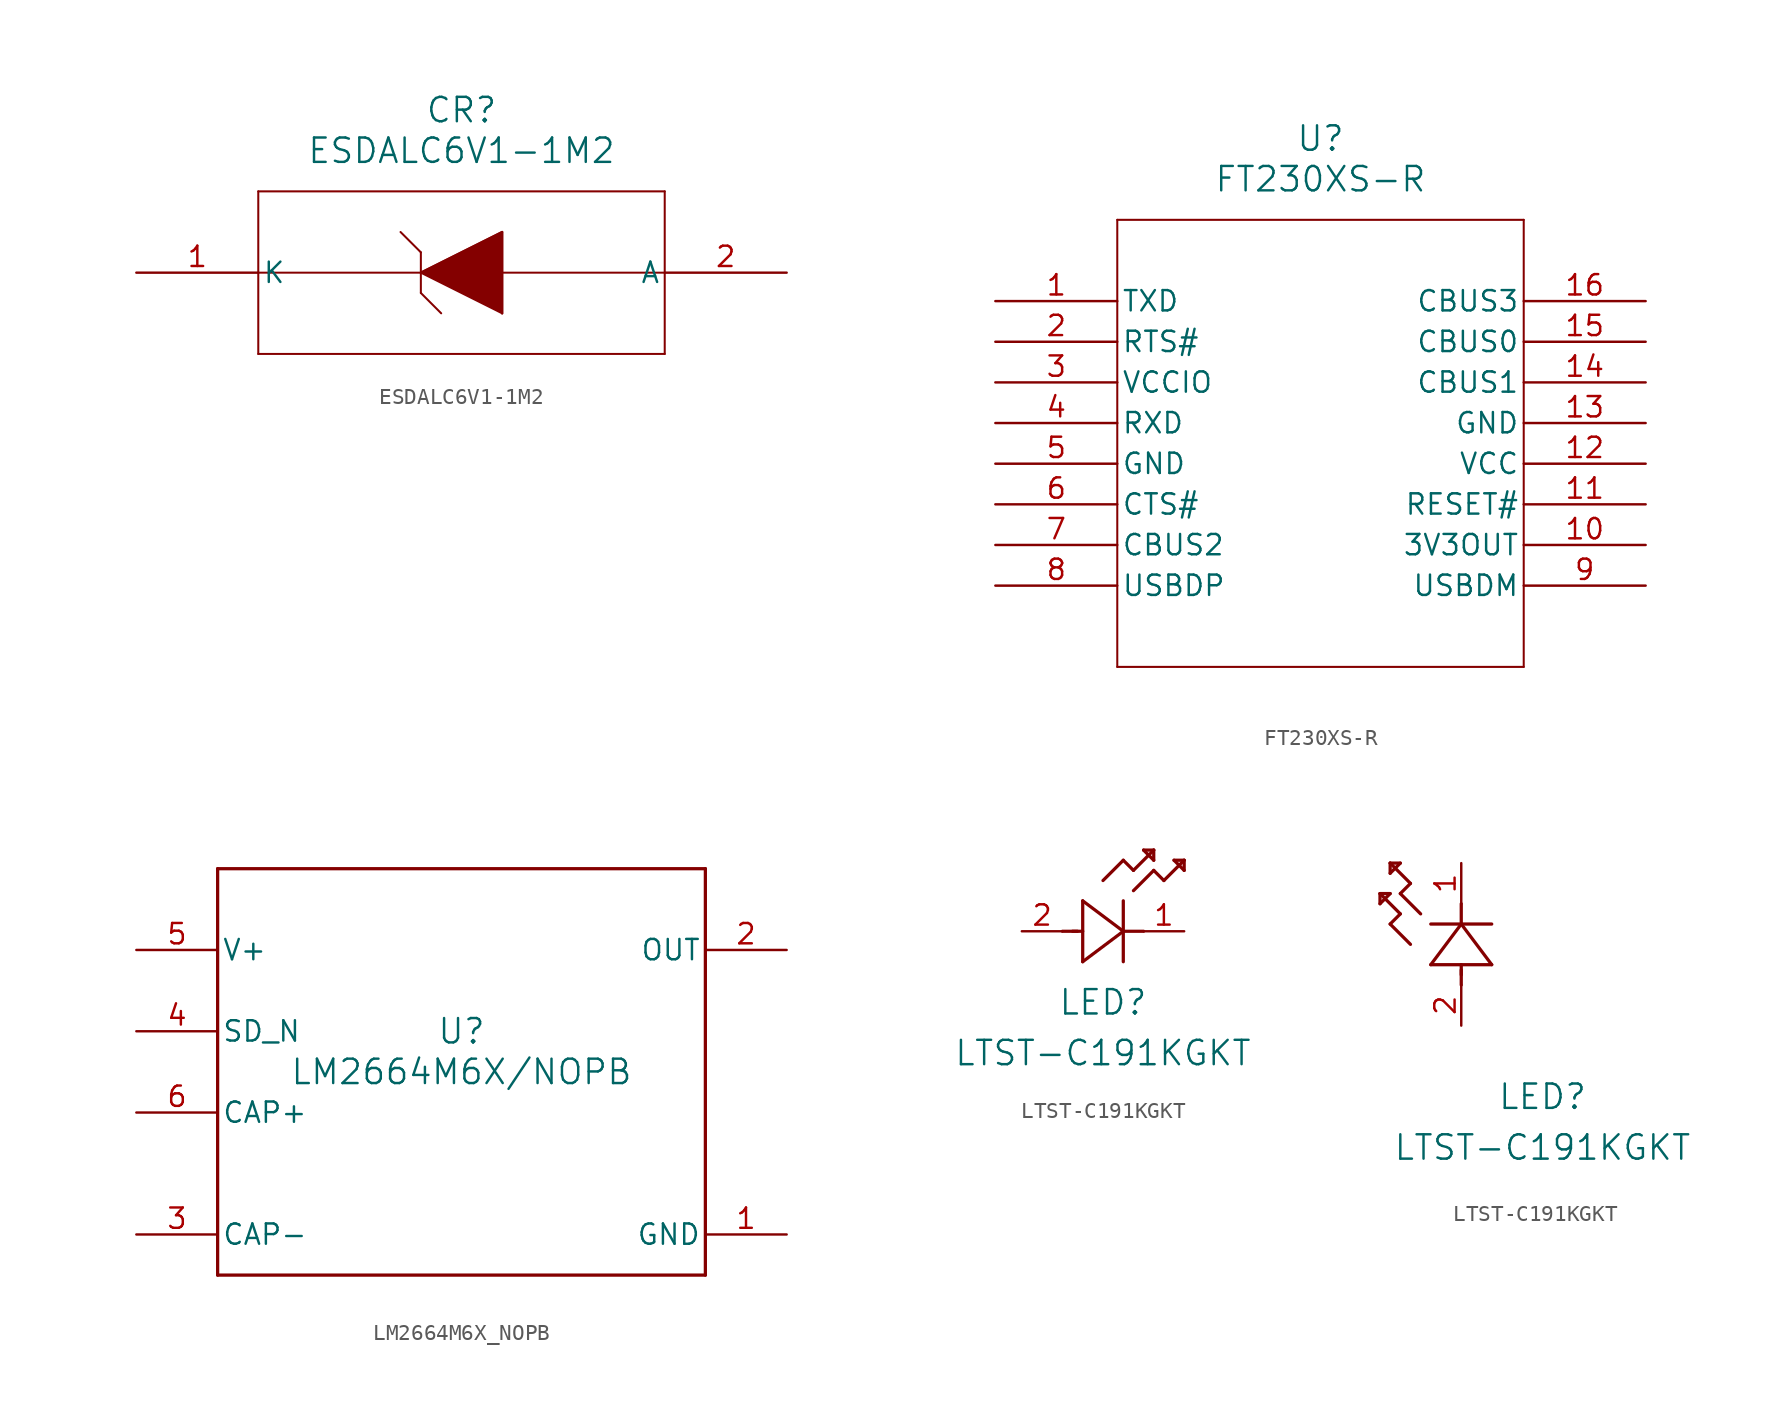
<source format=kicad_sym>
(kicad_symbol_lib
  (version 20241209)
  (generator "kicad_symbol_editor")
  (generator_version "9.0")
  (symbol "ESDALC6V1-1M2"
    (pin_names
      (offset 0.254))
    (property "Reference" "CR"
      (at 20.32 10.16 0)
      (effects (font (size 1.524 1.524))))
    (property "Value" "ESDALC6V1-1M2"
      (at 20.32 7.62 0)
      (effects (font (size 1.524 1.524))))
    (symbol "ESDALC6V1-1M2_0_1"
      (polyline (pts (xy 7.62 5.08) (xy 7.62 -5.08)) (stroke (width 0.127) (type default)) (fill (type none)))
      (polyline (pts (xy 7.62 0) (xy 33.02 0)) (stroke (width 0.127) (type default)) (fill (type none)))
      (polyline (pts (xy 7.62 -5.08) (xy 33.02 -5.08)) (stroke (width 0.127) (type default)) (fill (type none)))
      (polyline (pts (xy 17.78 1.27) (xy 16.51 2.54)) (stroke (width 0.127) (type default)) (fill (type none)))
      (polyline (pts (xy 17.78 0) (xy 22.86 -2.54)) (stroke (width 0.127) (type default)) (fill (type none)))
      (polyline (pts (xy 17.78 0) (xy 22.86 2.54) (xy 22.86 -2.54)) (stroke (width 0) (type default)) (fill (type outline)))
      (polyline (pts (xy 17.78 -1.27) (xy 17.78 1.27)) (stroke (width 0.127) (type default)) (fill (type none)))
      (polyline (pts (xy 17.78 -1.27) (xy 19.05 -2.54)) (stroke (width 0.127) (type default)) (fill (type none)))
      (polyline (pts (xy 22.86 2.54) (xy 17.78 0)) (stroke (width 0.127) (type default)) (fill (type none)))
      (polyline (pts (xy 22.86 -2.54) (xy 22.86 2.54)) (stroke (width 0.127) (type default)) (fill (type none)))
      (polyline (pts (xy 33.02 5.08) (xy 7.62 5.08)) (stroke (width 0.127) (type default)) (fill (type none)))
      (polyline (pts (xy 33.02 -5.08) (xy 33.02 5.08)) (stroke (width 0.127) (type default)) (fill (type none)))
      (pin unspecified line (at 0 0 0) (length 7.62) (name "K" (effects (font (size 1.27 1.27)))) (number "1" (effects (font (size 1.27 1.27)))))
      (pin unspecified line (at 40.64 0 180) (length 7.62) (name "A" (effects (font (size 1.27 1.27)))) (number "2" (effects (font (size 1.27 1.27)))))))
  (symbol "FT230XS-R"
    (pin_names
      (offset 0.254))
    (property "Reference" "U"
      (at 20.32 10.16 0)
      (effects (font (size 1.524 1.524))))
    (property "Value" "FT230XS-R"
      (at 20.32 7.62 0)
      (effects (font (size 1.524 1.524))))
    (symbol "FT230XS-R_0_1"
      (polyline (pts (xy 7.62 5.08) (xy 7.62 -22.86)) (stroke (width 0.127) (type default)) (fill (type none)))
      (polyline (pts (xy 7.62 -22.86) (xy 33.02 -22.86)) (stroke (width 0.127) (type default)) (fill (type none)))
      (polyline (pts (xy 33.02 5.08) (xy 7.62 5.08)) (stroke (width 0.127) (type default)) (fill (type none)))
      (polyline (pts (xy 33.02 -22.86) (xy 33.02 5.08)) (stroke (width 0.127) (type default)) (fill (type none)))
      (pin unspecified line (at 0 0 0) (length 7.62) (name "TXD" (effects (font (size 1.27 1.27)))) (number "1" (effects (font (size 1.27 1.27)))))
      (pin unspecified line (at 0 -2.54 0) (length 7.62) (name "RTS#" (effects (font (size 1.27 1.27)))) (number "2" (effects (font (size 1.27 1.27)))))
      (pin power_in line (at 0 -5.08 0) (length 7.62) (name "VCCIO" (effects (font (size 1.27 1.27)))) (number "3" (effects (font (size 1.27 1.27)))))
      (pin unspecified line (at 0 -7.62 0) (length 7.62) (name "RXD" (effects (font (size 1.27 1.27)))) (number "4" (effects (font (size 1.27 1.27)))))
      (pin power_out line (at 0 -10.16 0) (length 7.62) (name "GND" (effects (font (size 1.27 1.27)))) (number "5" (effects (font (size 1.27 1.27)))))
      (pin unspecified line (at 0 -12.7 0) (length 7.62) (name "CTS#" (effects (font (size 1.27 1.27)))) (number "6" (effects (font (size 1.27 1.27)))))
      (pin bidirectional line (at 0 -15.24 0) (length 7.62) (name "CBUS2" (effects (font (size 1.27 1.27)))) (number "7" (effects (font (size 1.27 1.27)))))
      (pin unspecified line (at 0 -17.78 0) (length 7.62) (name "USBDP" (effects (font (size 1.27 1.27)))) (number "8" (effects (font (size 1.27 1.27)))))
      (pin bidirectional line (at 40.64 0 180) (length 7.62) (name "CBUS3" (effects (font (size 1.27 1.27)))) (number "16" (effects (font (size 1.27 1.27)))))
      (pin bidirectional line (at 40.64 -2.54 180) (length 7.62) (name "CBUS0" (effects (font (size 1.27 1.27)))) (number "15" (effects (font (size 1.27 1.27)))))
      (pin bidirectional line (at 40.64 -5.08 180) (length 7.62) (name "CBUS1" (effects (font (size 1.27 1.27)))) (number "14" (effects (font (size 1.27 1.27)))))
      (pin power_out line (at 40.64 -7.62 180) (length 7.62) (name "GND" (effects (font (size 1.27 1.27)))) (number "13" (effects (font (size 1.27 1.27)))))
      (pin power_in line (at 40.64 -10.16 180) (length 7.62) (name "VCC" (effects (font (size 1.27 1.27)))) (number "12" (effects (font (size 1.27 1.27)))))
      (pin unspecified line (at 40.64 -12.7 180) (length 7.62) (name "RESET#" (effects (font (size 1.27 1.27)))) (number "11" (effects (font (size 1.27 1.27)))))
      (pin output line (at 40.64 -15.24 180) (length 7.62) (name "3V3OUT" (effects (font (size 1.27 1.27)))) (number "10" (effects (font (size 1.27 1.27)))))
      (pin unspecified line (at 40.64 -17.78 180) (length 7.62) (name "USBDM" (effects (font (size 1.27 1.27)))) (number "9" (effects (font (size 1.27 1.27)))))))
  (symbol "LM2664M6X_NOPB"
    (pin_names
      (offset 0.254))
    (property "Reference" "U"
      (at 0 2.54 0)
      (effects (font (size 1.524 1.524))))
    (property "Value" "LM2664M6X/NOPB"
      (at 0 0 0)
      (effects (font (size 1.524 1.524))))
    (symbol "LM2664M6X_NOPB_0_1"
      (polyline (pts (xy -15.24 12.7) (xy -15.24 -12.7)) (stroke (width 0.203) (type default)) (fill (type none)))
      (polyline (pts (xy -15.24 -12.7) (xy 15.24 -12.7)) (stroke (width 0.203) (type default)) (fill (type none)))
      (polyline (pts (xy 15.24 12.7) (xy -15.24 12.7)) (stroke (width 0.203) (type default)) (fill (type none)))
      (polyline (pts (xy 15.24 -12.7) (xy 15.24 12.7)) (stroke (width 0.203) (type default)) (fill (type none)))
      (pin power_in line (at -20.32 7.62 0) (length 5.08) (name "V+" (effects (font (size 1.27 1.27)))) (number "5" (effects (font (size 1.27 1.27)))))
      (pin input line (at -20.32 2.54 0) (length 5.08) (name "SD_N" (effects (font (size 1.27 1.27)))) (number "4" (effects (font (size 1.27 1.27)))))
      (pin power_in line (at -20.32 -2.54 0) (length 5.08) (name "CAP+" (effects (font (size 1.27 1.27)))) (number "6" (effects (font (size 1.27 1.27)))))
      (pin power_in line (at -20.32 -10.16 0) (length 5.08) (name "CAP-" (effects (font (size 1.27 1.27)))) (number "3" (effects (font (size 1.27 1.27)))))
      (pin power_in line (at 20.32 7.62 180) (length 5.08) (name "OUT" (effects (font (size 1.27 1.27)))) (number "2" (effects (font (size 1.27 1.27)))))
      (pin power_in line (at 20.32 -10.16 180) (length 5.08) (name "GND" (effects (font (size 1.27 1.27)))) (number "1" (effects (font (size 1.27 1.27)))))))
  (symbol "LTST-C191KGKT"
    (pin_names
      (offset 0.254))
    (property "Reference" "LED"
      (at 5.08 -4.445 0)
      (effects (font (size 1.524 1.524))))
    (property "Value" "LTST-C191KGKT"
      (at 5.08 -7.62 0)
      (effects (font (size 1.524 1.524))))
    (symbol "LTST-C191KGKT_1_1"
      (polyline (pts (xy 2.54 0) (xy 3.48 0)) (stroke (width 0.203) (type default)) (fill (type none)))
      (polyline (pts (xy 3.175 0) (xy 3.81 0)) (stroke (width 0.203) (type default)) (fill (type none)))
      (polyline (pts (xy 3.81 1.905) (xy 3.81 -1.905)) (stroke (width 0.203) (type default)) (fill (type none)))
      (polyline (pts (xy 3.81 -1.905) (xy 6.35 0)) (stroke (width 0.203) (type default)) (fill (type none)))
      (polyline (pts (xy 5.08 3.175) (xy 6.35 4.445)) (stroke (width 0.203) (type default)) (fill (type none)))
      (polyline (pts (xy 6.35 4.445) (xy 6.985 3.81)) (stroke (width 0.203) (type default)) (fill (type none)))
      (polyline (pts (xy 6.35 0) (xy 3.81 1.905)) (stroke (width 0.203) (type default)) (fill (type none)))
      (polyline (pts (xy 6.35 0) (xy 7.62 0)) (stroke (width 0.203) (type default)) (fill (type none)))
      (polyline (pts (xy 6.35 -1.905) (xy 6.35 1.905)) (stroke (width 0.203) (type default)) (fill (type none)))
      (polyline (pts (xy 6.985 3.81) (xy 8.255 5.08)) (stroke (width 0.203) (type default)) (fill (type none)))
      (polyline (pts (xy 6.985 2.54) (xy 8.255 3.81)) (stroke (width 0.203) (type default)) (fill (type none)))
      (polyline (pts (xy 7.62 5.08) (xy 8.255 4.445)) (stroke (width 0.203) (type default)) (fill (type none)))
      (polyline (pts (xy 8.255 5.08) (xy 7.62 5.08)) (stroke (width 0.203) (type default)) (fill (type none)))
      (polyline (pts (xy 8.255 4.445) (xy 8.255 5.08)) (stroke (width 0.203) (type default)) (fill (type none)))
      (polyline (pts (xy 8.255 3.81) (xy 8.89 3.175)) (stroke (width 0.203) (type default)) (fill (type none)))
      (polyline (pts (xy 8.89 3.175) (xy 10.16 4.445)) (stroke (width 0.203) (type default)) (fill (type none)))
      (polyline (pts (xy 9.525 4.445) (xy 10.16 3.81)) (stroke (width 0.203) (type default)) (fill (type none)))
      (polyline (pts (xy 10.16 4.445) (xy 9.525 4.445)) (stroke (width 0.203) (type default)) (fill (type none)))
      (polyline (pts (xy 10.16 3.81) (xy 10.16 4.445)) (stroke (width 0.203) (type default)) (fill (type none)))
      (pin unspecified line (at 0 0 0) (length 2.54) (name "" (effects (font (size 1.27 1.27)))) (number "2" (effects (font (size 1.27 1.27)))))
      (pin unspecified line (at 10.16 0 180) (length 2.54) (name "" (effects (font (size 1.27 1.27)))) (number "1" (effects (font (size 1.27 1.27))))))
    (symbol "LTST-C191KGKT_1_2"
      (polyline (pts (xy -5.08 8.255) (xy -5.08 7.62)) (stroke (width 0.203) (type default)) (fill (type none)))
      (polyline (pts (xy -5.08 7.62) (xy -4.445 8.255)) (stroke (width 0.203) (type default)) (fill (type none)))
      (polyline (pts (xy -4.445 10.16) (xy -4.445 9.525)) (stroke (width 0.203) (type default)) (fill (type none)))
      (polyline (pts (xy -4.445 9.525) (xy -3.81 10.16)) (stroke (width 0.203) (type default)) (fill (type none)))
      (polyline (pts (xy -4.445 8.255) (xy -5.08 8.255)) (stroke (width 0.203) (type default)) (fill (type none)))
      (polyline (pts (xy -4.445 6.35) (xy -3.81 6.985)) (stroke (width 0.203) (type default)) (fill (type none)))
      (polyline (pts (xy -3.81 10.16) (xy -4.445 10.16)) (stroke (width 0.203) (type default)) (fill (type none)))
      (polyline (pts (xy -3.81 8.255) (xy -3.175 8.89)) (stroke (width 0.203) (type default)) (fill (type none)))
      (polyline (pts (xy -3.81 6.985) (xy -5.08 8.255)) (stroke (width 0.203) (type default)) (fill (type none)))
      (polyline (pts (xy -3.175 8.89) (xy -4.445 10.16)) (stroke (width 0.203) (type default)) (fill (type none)))
      (polyline (pts (xy -3.175 5.08) (xy -4.445 6.35)) (stroke (width 0.203) (type default)) (fill (type none)))
      (polyline (pts (xy -2.54 6.985) (xy -3.81 8.255)) (stroke (width 0.203) (type default)) (fill (type none)))
      (polyline (pts (xy -1.905 3.81) (xy 1.905 3.81)) (stroke (width 0.203) (type default)) (fill (type none)))
      (polyline (pts (xy 0 6.35) (xy -1.905 3.81)) (stroke (width 0.203) (type default)) (fill (type none)))
      (polyline (pts (xy 0 6.35) (xy 0 7.62)) (stroke (width 0.203) (type default)) (fill (type none)))
      (polyline (pts (xy 0 3.175) (xy 0 3.81)) (stroke (width 0.203) (type default)) (fill (type none)))
      (polyline (pts (xy 0 2.54) (xy 0 3.48)) (stroke (width 0.203) (type default)) (fill (type none)))
      (polyline (pts (xy 1.905 6.35) (xy -1.905 6.35)) (stroke (width 0.203) (type default)) (fill (type none)))
      (polyline (pts (xy 1.905 3.81) (xy 0 6.35)) (stroke (width 0.203) (type default)) (fill (type none)))
      (pin unspecified line (at 0 10.16 270) (length 2.54) (name "" (effects (font (size 1.27 1.27)))) (number "1" (effects (font (size 1.27 1.27)))))
      (pin unspecified line (at 0 0 90) (length 2.54) (name "" (effects (font (size 1.27 1.27)))) (number "2" (effects (font (size 1.27 1.27))))))))
</source>
